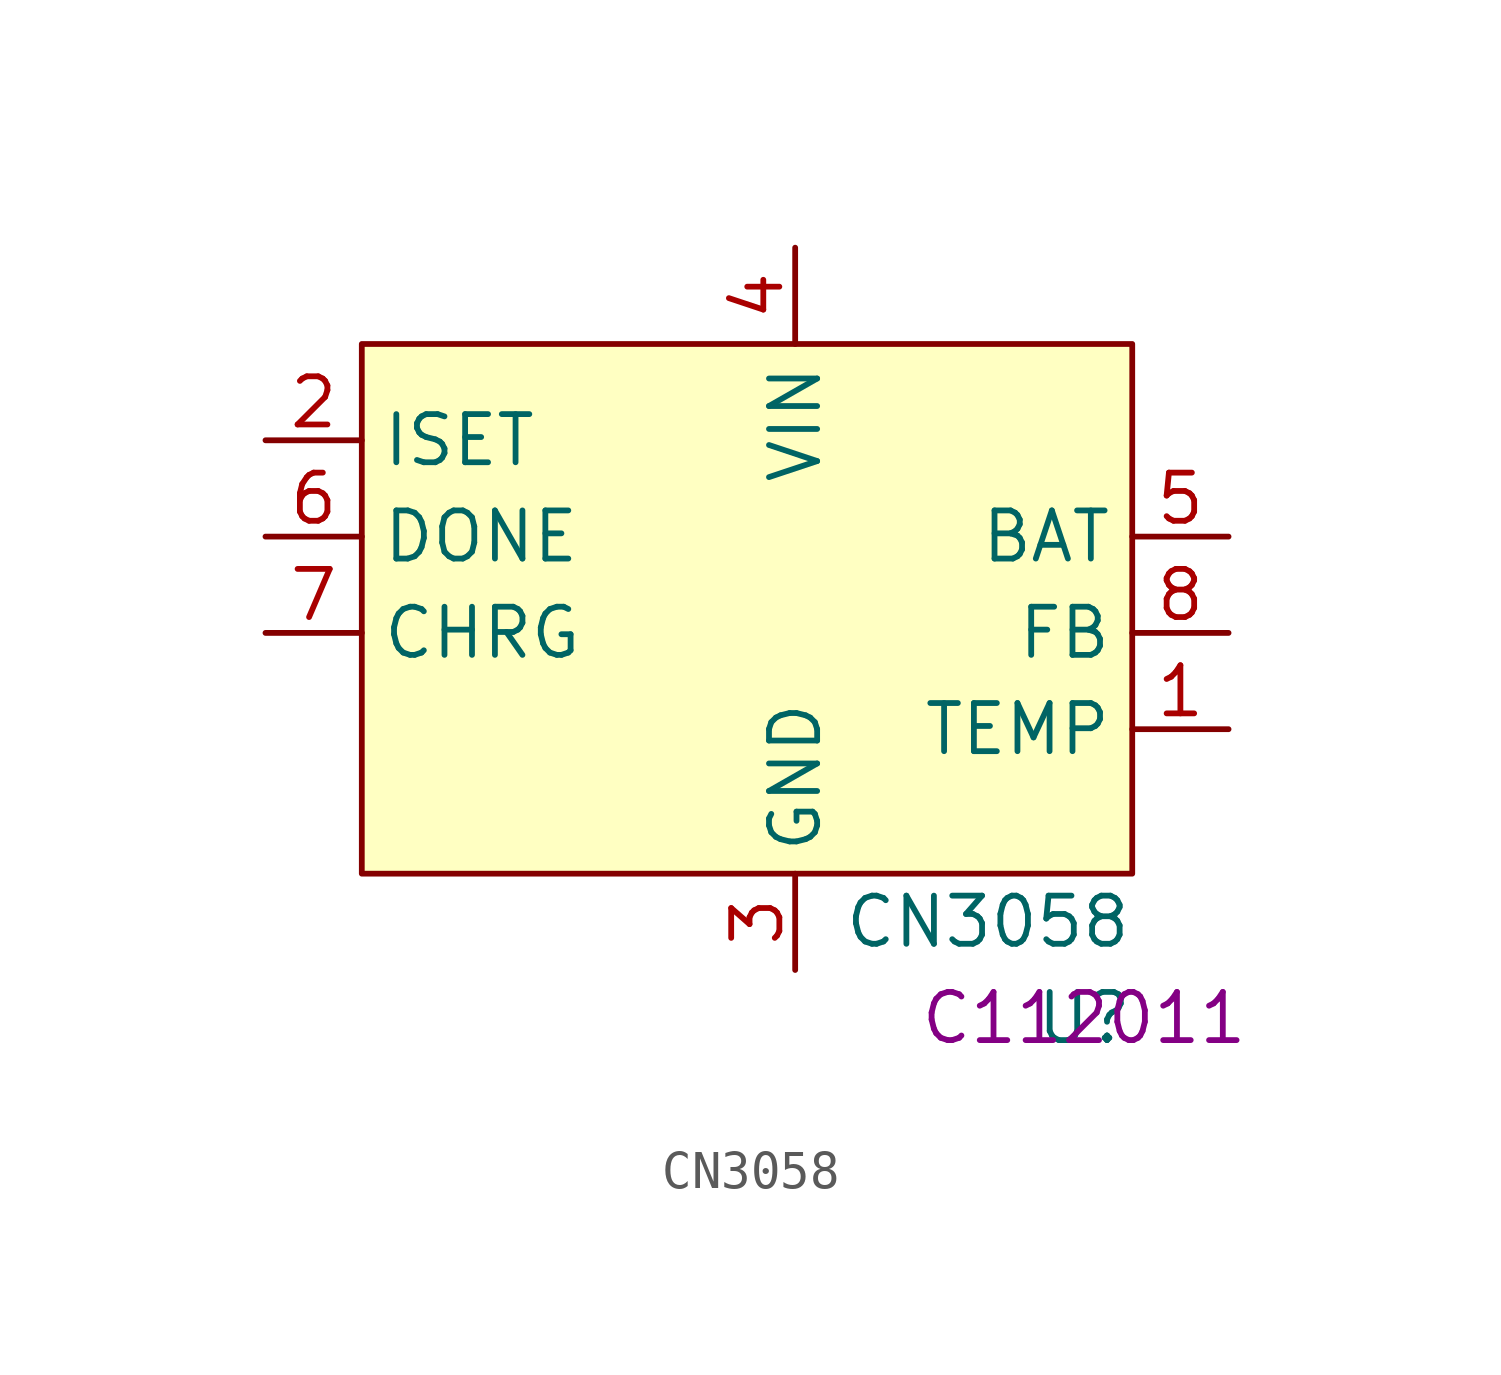
<source format=kicad_sym>
(kicad_symbol_lib
  (version 20211014)
  (generator kicad_symbol_editor)
  (symbol "CN3058"
    (property "Reference" "U"
      (at 0 0 0)
      (effects (font (size 1.27 1.27))))
    (property "Value" "CN3058"
      (at -2.54 2.54 0)
      (effects (font (size 1.27 1.27))))
    (property "LCSC" "C112011"
      (at 0 0 0)
      (effects (font (size 1.27 1.27))))
    (symbol "CN3058_0_0"
      (pin input line (at 3.81 7.62 180) (length 2.54) (name "TEMP" (effects (font (size 1.27 1.27)))) (number "1" (effects (font (size 1.27 1.27)))))
      (pin input line (at -21.59 15.24 0) (length 2.54) (name "ISET" (effects (font (size 1.27 1.27)))) (number "2" (effects (font (size 1.27 1.27)))))
      (pin power_in line (at -7.62 1.27 90) (length 2.54) (name "GND" (effects (font (size 1.27 1.27)))) (number "3" (effects (font (size 1.27 1.27)))))
      (pin power_in line (at -7.62 20.32 270) (length 2.54) (name "VIN" (effects (font (size 1.27 1.27)))) (number "4" (effects (font (size 1.27 1.27)))))
      (pin power_out line (at 3.81 12.7 180) (length 2.54) (name "BAT" (effects (font (size 1.27 1.27)))) (number "5" (effects (font (size 1.27 1.27)))))
      (pin open_collector line (at -21.59 12.7 0) (length 2.54) (name "DONE" (effects (font (size 1.27 1.27)))) (number "6" (effects (font (size 1.27 1.27)))))
      (pin open_collector line (at -21.59 10.16 0) (length 2.54) (name "CHRG" (effects (font (size 1.27 1.27)))) (number "7" (effects (font (size 1.27 1.27)))))
      (pin input line (at 3.81 10.16 180) (length 2.54) (name "FB" (effects (font (size 1.27 1.27)))) (number "8" (effects (font (size 1.27 1.27))))))
    (symbol "CN3058_0_1"
      (rectangle (start -19.05 17.78) (end 1.27 3.81) (stroke (width 0.152) (type default) (color 0 0 0 0)) (fill (type background))))))
</source>
